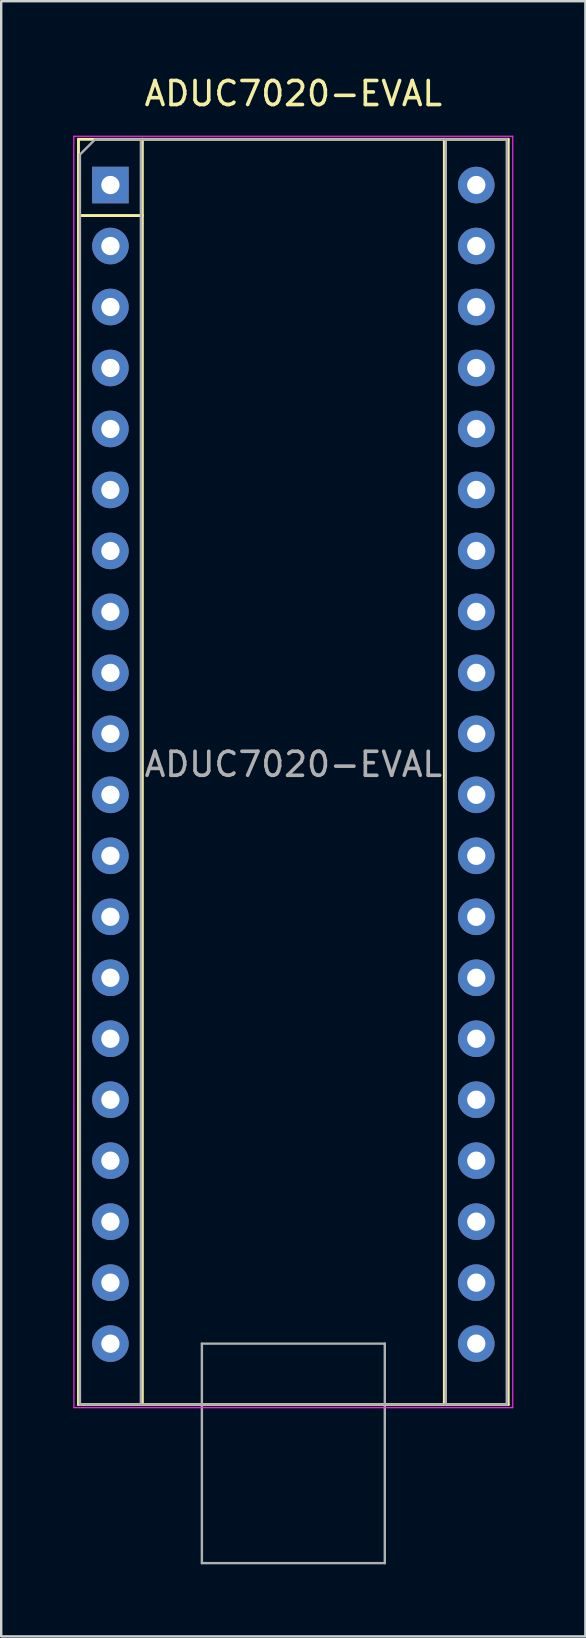
<source format=kicad_pcb>
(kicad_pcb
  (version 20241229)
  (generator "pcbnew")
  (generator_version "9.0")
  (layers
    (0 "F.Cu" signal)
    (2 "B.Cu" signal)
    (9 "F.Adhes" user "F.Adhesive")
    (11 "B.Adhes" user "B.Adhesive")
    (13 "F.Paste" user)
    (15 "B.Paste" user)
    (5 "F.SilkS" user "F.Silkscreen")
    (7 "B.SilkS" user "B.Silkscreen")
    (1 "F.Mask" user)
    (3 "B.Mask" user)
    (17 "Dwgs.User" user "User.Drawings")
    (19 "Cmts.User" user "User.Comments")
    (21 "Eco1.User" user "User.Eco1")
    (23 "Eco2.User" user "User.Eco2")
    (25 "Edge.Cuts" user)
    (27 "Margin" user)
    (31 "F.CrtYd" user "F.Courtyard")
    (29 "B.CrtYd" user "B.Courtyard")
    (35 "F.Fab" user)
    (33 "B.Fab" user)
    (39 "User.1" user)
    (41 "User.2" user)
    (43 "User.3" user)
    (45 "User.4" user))
  (footprint "ADUC7020-EVAL"
    (layer "F.Cu")
    (at 1.549 4.658)
    (property "Reference" "ADUC7020-EVAL" (at 7.62 -3.81 0) (layer "F.SilkS") (effects (font (size 1 1) (thickness 0.15))))
    (attr through_hole)
    (fp_line (start -1.33 -1.905) (end -1.33 1.27) (stroke (width 0.12) (type solid)) (layer "F.SilkS"))
    (fp_line (start -1.33 1.27) (end 1.33 1.27) (stroke (width 0.12) (type solid)) (layer "F.SilkS"))
    (fp_line (start -1.33 50.8) (end -1.33 1.27) (stroke (width 0.12) (type solid)) (layer "F.SilkS"))
    (fp_line (start 1.33 -1.905) (end -1.33 -1.905) (stroke (width 0.12) (type solid)) (layer "F.SilkS"))
    (fp_line (start 1.33 -1.905) (end 1.33 50.8) (stroke (width 0.12) (type solid)) (layer "F.SilkS"))
    (fp_line (start 1.33 -1.905) (end 16.57 -1.905) (stroke (width 0.12) (type solid)) (layer "F.SilkS"))
    (fp_line (start 13.91 50.8) (end 13.91 -1.905) (stroke (width 0.12) (type solid)) (layer "F.SilkS"))
    (fp_line (start 16.57 -1.905) (end 16.57 50.8) (stroke (width 0.12) (type solid)) (layer "F.SilkS"))
    (fp_line (start 16.57 50.8) (end -1.33 50.8) (stroke (width 0.12) (type solid)) (layer "F.SilkS"))
    (fp_line (start -1.524 -2.032) (end 16.76 -2.032) (stroke (width 0.05) (type solid)) (layer "F.CrtYd"))
    (fp_line (start -1.52 50.927) (end -1.524 -2.032) (stroke (width 0.05) (type solid)) (layer "F.CrtYd"))
    (fp_line (start 16.76 -2.032) (end 16.76 50.927) (stroke (width 0.05) (type solid)) (layer "F.CrtYd"))
    (fp_line (start 16.76 50.927) (end -1.52 50.927) (stroke (width 0.05) (type solid)) (layer "F.CrtYd"))
    (fp_line (start -1.27 -1.27) (end -0.635 -1.905) (stroke (width 0.1) (type solid)) (layer "F.Fab"))
    (fp_line (start -1.27 50.8) (end -1.27 -1.27) (stroke (width 0.1) (type solid)) (layer "F.Fab"))
    (fp_line (start -0.635 -1.905) (end 16.51 -1.905) (stroke (width 0.1) (type solid)) (layer "F.Fab"))
    (fp_line (start 1.27 -1.905) (end 1.27 50.8) (stroke (width 0.1) (type solid)) (layer "F.Fab"))
    (fp_line (start 3.81 48.26) (end 11.43 48.26) (stroke (width 0.1) (type solid)) (layer "F.Fab"))
    (fp_line (start 3.81 57.404) (end 3.81 48.26) (stroke (width 0.1) (type solid)) (layer "F.Fab"))
    (fp_line (start 3.81 57.404) (end 11.43 57.404) (stroke (width 0.1) (type solid)) (layer "F.Fab"))
    (fp_line (start 11.43 48.26) (end 11.43 57.404) (stroke (width 0.1) (type solid)) (layer "F.Fab"))
    (fp_line (start 13.97 -1.905) (end 13.97 50.8) (stroke (width 0.1) (type solid)) (layer "F.Fab"))
    (fp_line (start 16.51 -1.905) (end 16.51 50.8) (stroke (width 0.1) (type solid)) (layer "F.Fab"))
    (fp_line (start 16.51 50.8) (end -1.27 50.8) (stroke (width 0.1) (type solid)) (layer "F.Fab"))
    (fp_text user "${REFERENCE}" (at 7.62 24.13 0) (layer "F.Fab") (effects (font (size 1 1) (thickness 0.15))))
    (pad "1" thru_hole rect (at 0 0) (size 1.524 1.524) (drill 0.762) (layers "*.Cu" "*.Mask"))
    (pad "2" thru_hole circle (at 0 2.54) (size 1.524 1.524) (drill 0.762) (layers "*.Cu" "*.Mask"))
    (pad "3" thru_hole circle (at 0 5.08) (size 1.524 1.524) (drill 0.762) (layers "*.Cu" "*.Mask"))
    (pad "4" thru_hole circle (at 0 7.62) (size 1.524 1.524) (drill 0.762) (layers "*.Cu" "*.Mask"))
    (pad "5" thru_hole circle (at 0 10.16) (size 1.524 1.524) (drill 0.762) (layers "*.Cu" "*.Mask"))
    (pad "6" thru_hole circle (at 0 12.7) (size 1.524 1.524) (drill 0.762) (layers "*.Cu" "*.Mask"))
    (pad "7" thru_hole circle (at 0 15.24) (size 1.524 1.524) (drill 0.762) (layers "*.Cu" "*.Mask"))
    (pad "8" thru_hole circle (at 0 17.78) (size 1.524 1.524) (drill 0.762) (layers "*.Cu" "*.Mask"))
    (pad "9" thru_hole circle (at 0 20.32) (size 1.524 1.524) (drill 0.762) (layers "*.Cu" "*.Mask"))
    (pad "10" thru_hole circle (at 0 22.86) (size 1.524 1.524) (drill 0.762) (layers "*.Cu" "*.Mask"))
    (pad "11" thru_hole circle (at 0 25.4) (size 1.524 1.524) (drill 0.762) (layers "*.Cu" "*.Mask"))
    (pad "12" thru_hole circle (at 0 27.94) (size 1.524 1.524) (drill 0.762) (layers "*.Cu" "*.Mask"))
    (pad "13" thru_hole circle (at 0 30.48) (size 1.524 1.524) (drill 0.762) (layers "*.Cu" "*.Mask"))
    (pad "14" thru_hole circle (at 0 33.02) (size 1.524 1.524) (drill 0.762) (layers "*.Cu" "*.Mask"))
    (pad "15" thru_hole circle (at 0 35.56) (size 1.524 1.524) (drill 0.762) (layers "*.Cu" "*.Mask"))
    (pad "16" thru_hole circle (at 0 38.1) (size 1.524 1.524) (drill 0.762) (layers "*.Cu" "*.Mask"))
    (pad "17" thru_hole circle (at 0 40.64) (size 1.524 1.524) (drill 0.762) (layers "*.Cu" "*.Mask"))
    (pad "18" thru_hole circle (at 0 43.18) (size 1.524 1.524) (drill 0.762) (layers "*.Cu" "*.Mask"))
    (pad "19" thru_hole circle (at 0 45.72) (size 1.524 1.524) (drill 0.762) (layers "*.Cu" "*.Mask"))
    (pad "20" thru_hole circle (at 0 48.26) (size 1.524 1.524) (drill 0.762) (layers "*.Cu" "*.Mask"))
    (pad "21" thru_hole circle (at 15.24 48.26) (size 1.524 1.524) (drill 0.762) (layers "*.Cu" "*.Mask"))
    (pad "22" thru_hole circle (at 15.24 45.72) (size 1.524 1.524) (drill 0.762) (layers "*.Cu" "*.Mask"))
    (pad "23" thru_hole circle (at 15.24 43.18) (size 1.524 1.524) (drill 0.762) (layers "*.Cu" "*.Mask"))
    (pad "24" thru_hole circle (at 15.24 40.64) (size 1.524 1.524) (drill 0.762) (layers "*.Cu" "*.Mask"))
    (pad "25" thru_hole circle (at 15.24 38.1) (size 1.524 1.524) (drill 0.762) (layers "*.Cu" "*.Mask"))
    (pad "26" thru_hole circle (at 15.24 35.56) (size 1.524 1.524) (drill 0.762) (layers "*.Cu" "*.Mask"))
    (pad "27" thru_hole circle (at 15.24 33.02) (size 1.524 1.524) (drill 0.762) (layers "*.Cu" "*.Mask"))
    (pad "28" thru_hole circle (at 15.24 30.48) (size 1.524 1.524) (drill 0.762) (layers "*.Cu" "*.Mask"))
    (pad "29" thru_hole circle (at 15.24 27.94) (size 1.524 1.524) (drill 0.762) (layers "*.Cu" "*.Mask"))
    (pad "30" thru_hole circle (at 15.24 25.4) (size 1.524 1.524) (drill 0.762) (layers "*.Cu" "*.Mask"))
    (pad "31" thru_hole circle (at 15.24 22.86) (size 1.524 1.524) (drill 0.762) (layers "*.Cu" "*.Mask"))
    (pad "32" thru_hole circle (at 15.24 20.32) (size 1.524 1.524) (drill 0.762) (layers "*.Cu" "*.Mask"))
    (pad "33" thru_hole circle (at 15.24 17.78) (size 1.524 1.524) (drill 0.762) (layers "*.Cu" "*.Mask"))
    (pad "34" thru_hole circle (at 15.24 15.24) (size 1.524 1.524) (drill 0.762) (layers "*.Cu" "*.Mask"))
    (pad "35" thru_hole circle (at 15.24 12.7) (size 1.524 1.524) (drill 0.762) (layers "*.Cu" "*.Mask"))
    (pad "36" thru_hole circle (at 15.24 10.16) (size 1.524 1.524) (drill 0.762) (layers "*.Cu" "*.Mask"))
    (pad "37" thru_hole circle (at 15.24 7.62) (size 1.524 1.524) (drill 0.762) (layers "*.Cu" "*.Mask"))
    (pad "38" thru_hole circle (at 15.24 5.08) (size 1.524 1.524) (drill 0.762) (layers "*.Cu" "*.Mask"))
    (pad "39" thru_hole circle (at 15.24 2.54) (size 1.524 1.524) (drill 0.762) (layers "*.Cu" "*.Mask"))
    (pad "40" thru_hole circle (at 15.24 0) (size 1.524 1.524) (drill 0.762) (layers "*.Cu" "*.Mask")))
  (gr_rect
    (start -3 -3)
    (end 21.334 65.112)
    (stroke (width 0.1) (type default))
    (fill no)
    (layer "Edge.Cuts")))
</source>
